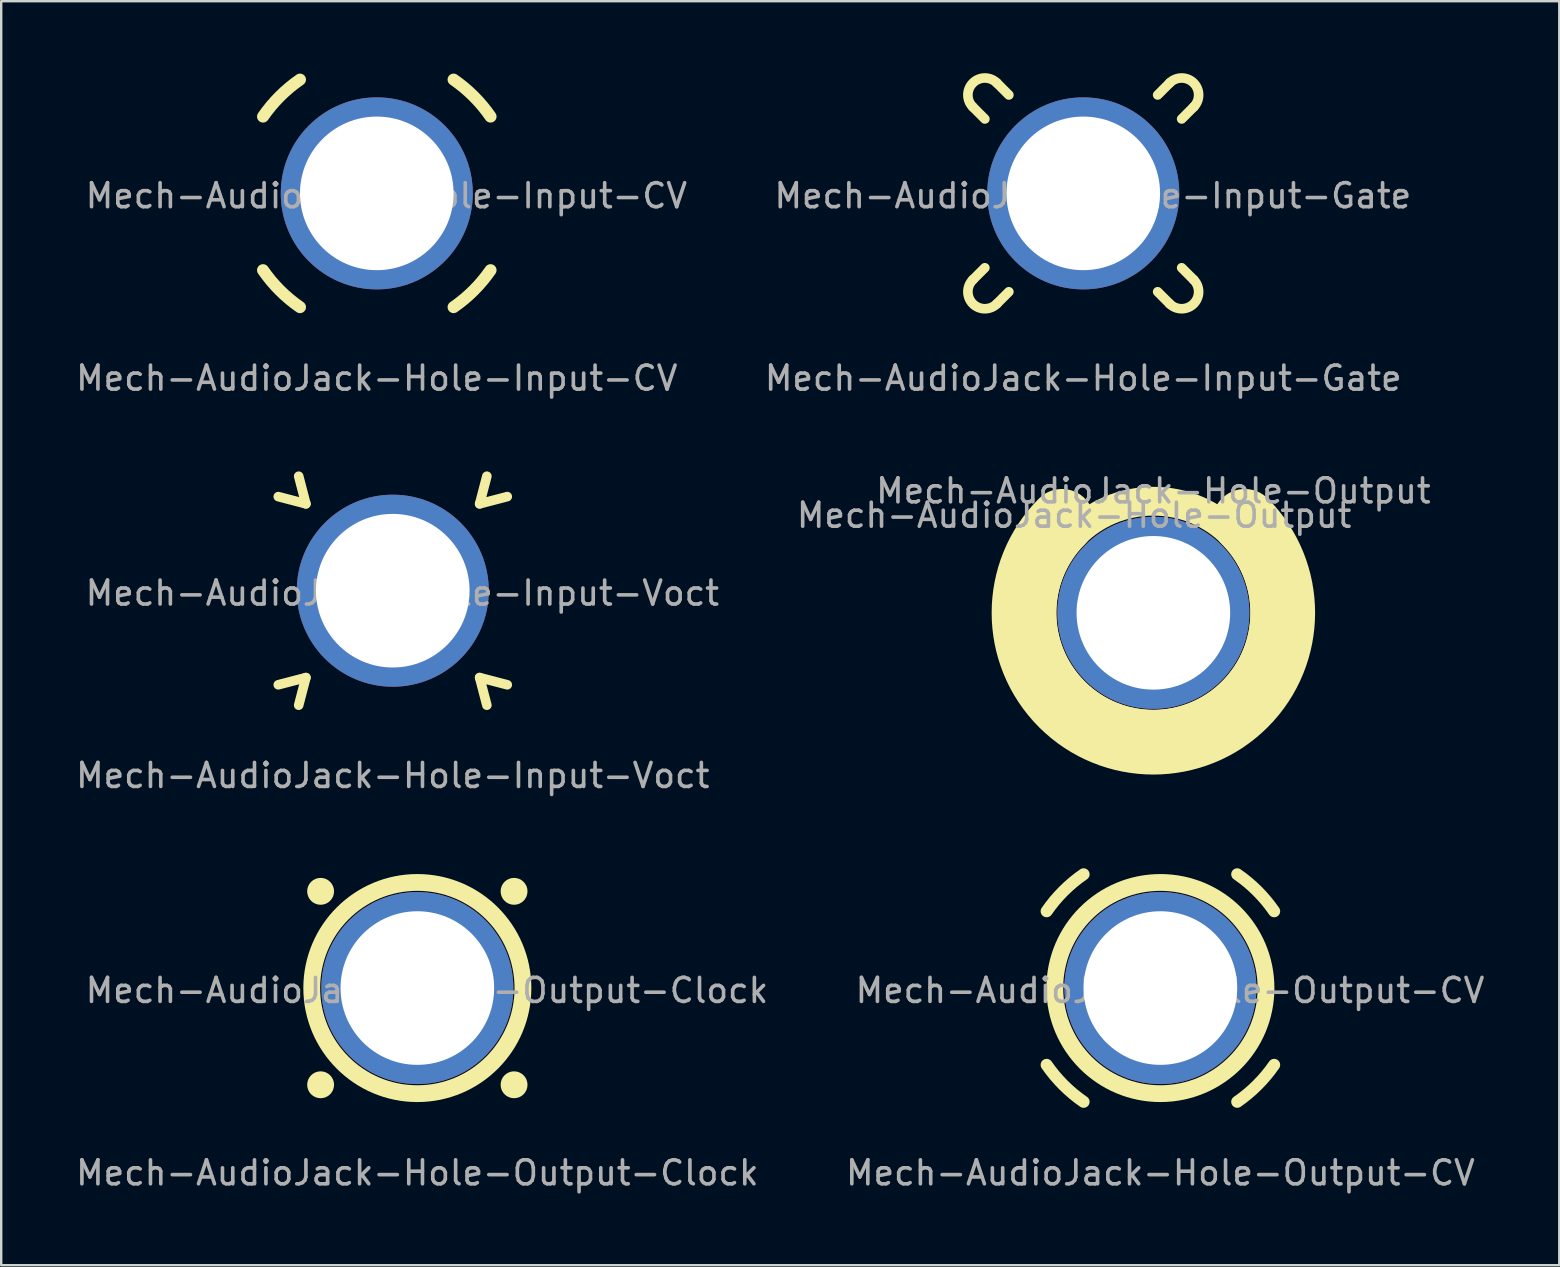
<source format=kicad_pcb>
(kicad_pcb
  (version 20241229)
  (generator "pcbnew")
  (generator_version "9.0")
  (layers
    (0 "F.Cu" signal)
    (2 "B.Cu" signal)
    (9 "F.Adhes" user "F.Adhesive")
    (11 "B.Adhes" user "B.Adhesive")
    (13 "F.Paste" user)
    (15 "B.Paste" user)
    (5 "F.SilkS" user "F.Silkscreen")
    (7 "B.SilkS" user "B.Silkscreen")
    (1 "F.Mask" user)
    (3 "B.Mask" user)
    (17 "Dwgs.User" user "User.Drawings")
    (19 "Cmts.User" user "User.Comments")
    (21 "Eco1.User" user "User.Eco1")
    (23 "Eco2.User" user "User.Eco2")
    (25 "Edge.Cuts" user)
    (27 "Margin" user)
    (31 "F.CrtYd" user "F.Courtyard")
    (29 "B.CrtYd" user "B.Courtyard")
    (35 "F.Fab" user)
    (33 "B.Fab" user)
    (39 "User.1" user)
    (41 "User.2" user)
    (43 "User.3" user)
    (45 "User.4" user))
  (footprint "Mech-AudioJack-Hole-Output"
    (layer "F.Cu")
    (at 45.006 22.484)
    (property "Reference" "Mech-AudioJack-Hole-Output" (at -3.302 -4.064 0) (unlocked yes) (layer "F.Fab") (effects (font (size 1 1) (thickness 0.15))))
    (attr through_hole)
    (fp_arc (start 3.81 -3.81) (mid 0 5.388154) (end -3.81 -3.81) (stroke (width 2.7) (type solid)) (layer "F.SilkS"))
    (fp_circle (center 0 0) (end 4.65 0) (stroke (width 1.2) (type solid)) (fill no) (layer "F.SilkS"))
    (fp_text user "${REFERENCE}" (at 0 -5.08 0) (unlocked yes) (layer "F.Fab") (effects (font (size 1 1) (thickness 0.15))))
    (pad "1" thru_hole circle (at 0 0 90) (size 8 8) (drill 6.4) (layers "*.Cu" "*.Mask")))
  (footprint "Mech-AudioJack-Hole-Output-Clock"
    (layer "F.Cu")
    (at 14.339 38.118)
    (property "Reference" "Mech-AudioJack-Hole-Output-Clock" (at 0.4 0.1 0) (unlocked yes) (layer "F.Fab") (effects (font (size 1 1) (thickness 0.15))))
    (attr through_hole)
    (fp_circle (center -4.03 -4.03) (end -4.31 -4.03) (stroke (width 0.56) (type default)) (fill no) (layer "F.SilkS"))
    (fp_circle (center -4.03 4.03) (end -4.31 4.03) (stroke (width 0.56) (type default)) (fill no) (layer "F.SilkS"))
    (fp_circle (center 0 0) (end 4.4 0) (stroke (width 0.7) (type default)) (fill no) (layer "F.SilkS"))
    (fp_circle (center 4.03 -4.03) (end 4.31 -4.03) (stroke (width 0.56) (type default)) (fill no) (layer "F.SilkS"))
    (fp_circle (center 4.03 4.03) (end 4.31 4.03) (stroke (width 0.56) (type default)) (fill no) (layer "F.SilkS"))
    (fp_line (start -2.92 -2.92) (end -4.9 -4.9) (stroke (width 0.1) (type default)) (layer "User.2"))
    (fp_line (start -2.92 2.92) (end -4.9 4.9) (stroke (width 0.1) (type default)) (layer "User.2"))
    (fp_line (start 2.92 -2.92) (end 4.9 -4.9) (stroke (width 0.1) (type default)) (layer "User.2"))
    (fp_line (start 2.92 2.92) (end 4.9 4.9) (stroke (width 0.1) (type default)) (layer "User.2"))
    (fp_line (start -3.62 -3.62) (end -4.77 -3.92) (stroke (width 0.4) (type default)) (layer "User.3"))
    (fp_line (start -3.62 -3.62) (end -3.92 -4.77) (stroke (width 0.4) (type default)) (layer "User.3"))
    (fp_line (start -3.62 3.62) (end -4.77 3.92) (stroke (width 0.4) (type default)) (layer "User.3"))
    (fp_line (start -3.62 3.62) (end -3.92 4.77) (stroke (width 0.4) (type default)) (layer "User.3"))
    (fp_line (start 3.62 -3.62) (end 3.92 -4.77) (stroke (width 0.4) (type default)) (layer "User.3"))
    (fp_line (start 3.62 -3.62) (end 4.77 -3.92) (stroke (width 0.4) (type default)) (layer "User.3"))
    (fp_line (start 3.62 3.62) (end 3.92 4.77) (stroke (width 0.4) (type default)) (layer "User.3"))
    (fp_line (start 3.62 3.62) (end 4.77 3.92) (stroke (width 0.4) (type default)) (layer "User.3"))
    (fp_arc (start -4.74 -3.2) (mid -4.04 -4.04) (end -3.2 -4.74) (stroke (width 0.5) (type default)) (layer "User.4"))
    (fp_arc (start -3.2 4.74) (mid -4.04 4.04) (end -4.74 3.2) (stroke (width 0.5) (type default)) (layer "User.4"))
    (fp_arc (start 3.2 -4.74) (mid 4.04 -4.04) (end 4.74 -3.2) (stroke (width 0.5) (type default)) (layer "User.4"))
    (fp_arc (start 4.74 3.2) (mid 4.04 4.04) (end 3.2 4.74) (stroke (width 0.5) (type default)) (layer "User.4"))
    (fp_line (start -4.1 -3.1) (end -4.6 -3.6) (stroke (width 0.4) (type default)) (layer "User.5"))
    (fp_line (start -4.1 3.1) (end -4.6 3.6) (stroke (width 0.4) (type default)) (layer "User.5"))
    (fp_line (start -3.1 -4.1) (end -3.6 -4.6) (stroke (width 0.4) (type default)) (layer "User.5"))
    (fp_line (start -3.1 4.1) (end -3.6 4.6) (stroke (width 0.4) (type default)) (layer "User.5"))
    (fp_line (start 3.1 -4.1) (end 3.6 -4.6) (stroke (width 0.4) (type default)) (layer "User.5"))
    (fp_line (start 3.1 4.1) (end 3.6 4.6) (stroke (width 0.4) (type default)) (layer "User.5"))
    (fp_line (start 4.1 -3.1) (end 4.6 -3.6) (stroke (width 0.4) (type default)) (layer "User.5"))
    (fp_line (start 4.1 3.1) (end 4.6 3.6) (stroke (width 0.4) (type default)) (layer "User.5"))
    (fp_arc (start -4.599999 -3.600001) (mid -4.599999 -4.599999) (end -3.600001 -4.599999) (stroke (width 0.4) (type default)) (layer "User.5"))
    (fp_arc (start -3.600001 4.599999) (mid -4.599999 4.599999) (end -4.599999 3.600001) (stroke (width 0.4) (type default)) (layer "User.5"))
    (fp_arc (start 3.600001 -4.599999) (mid 4.599999 -4.599999) (end 4.599999 -3.600001) (stroke (width 0.4) (type default)) (layer "User.5"))
    (fp_arc (start 4.599999 3.600001) (mid 4.599999 4.599999) (end 3.600001 4.599999) (stroke (width 0.4) (type default)) (layer "User.5"))
    (fp_text user "${REFERENCE}" (at 0 7.7 0) (unlocked yes) (layer "F.Fab") (effects (font (size 1 1) (thickness 0.15))))
    (pad "1" thru_hole circle (at 0 0 90) (size 8 8) (drill 6.4) (layers "*.Cu" "*.Mask")))
  (footprint "Mech-AudioJack-Hole-Input-CV"
    (layer "F.Cu")
    (at 12.649 5.007)
    (property "Reference" "Mech-AudioJack-Hole-Input-CV" (at 0.4 0.1 0) (unlocked yes) (layer "F.Fab") (effects (font (size 1 1) (thickness 0.15))))
    (attr through_hole)
    (fp_arc (start -4.74 -3.2) (mid -4.04 -4.04) (end -3.2 -4.74) (stroke (width 0.5) (type default)) (layer "F.SilkS"))
    (fp_arc (start -3.2 4.74) (mid -4.04 4.04) (end -4.74 3.2) (stroke (width 0.5) (type default)) (layer "F.SilkS"))
    (fp_arc (start 3.2 -4.74) (mid 4.04 -4.04) (end 4.74 -3.2) (stroke (width 0.5) (type default)) (layer "F.SilkS"))
    (fp_arc (start 4.74 3.2) (mid 4.04 4.04) (end 3.2 4.74) (stroke (width 0.5) (type default)) (layer "F.SilkS"))
    (fp_circle (center 0 0) (end 4.4 0) (stroke (width 0.7) (type default)) (fill no) (layer "User.1"))
    (fp_line (start -2.92 -2.92) (end -4.9 -4.9) (stroke (width 0.1) (type default)) (layer "User.2"))
    (fp_line (start -2.92 2.92) (end -4.9 4.9) (stroke (width 0.1) (type default)) (layer "User.2"))
    (fp_line (start 2.92 -2.92) (end 4.9 -4.9) (stroke (width 0.1) (type default)) (layer "User.2"))
    (fp_line (start 2.92 2.92) (end 4.9 4.9) (stroke (width 0.1) (type default)) (layer "User.2"))
    (fp_line (start -3.62 -3.62) (end -4.77 -3.92) (stroke (width 0.4) (type default)) (layer "User.3"))
    (fp_line (start -3.62 -3.62) (end -3.92 -4.77) (stroke (width 0.4) (type default)) (layer "User.3"))
    (fp_line (start -3.62 3.62) (end -4.77 3.92) (stroke (width 0.4) (type default)) (layer "User.3"))
    (fp_line (start -3.62 3.62) (end -3.92 4.77) (stroke (width 0.4) (type default)) (layer "User.3"))
    (fp_line (start 3.62 -3.62) (end 3.92 -4.77) (stroke (width 0.4) (type default)) (layer "User.3"))
    (fp_line (start 3.62 -3.62) (end 4.77 -3.92) (stroke (width 0.4) (type default)) (layer "User.3"))
    (fp_line (start 3.62 3.62) (end 3.92 4.77) (stroke (width 0.4) (type default)) (layer "User.3"))
    (fp_line (start 3.62 3.62) (end 4.77 3.92) (stroke (width 0.4) (type default)) (layer "User.3"))
    (fp_line (start -4.1 -3.1) (end -4.6 -3.6) (stroke (width 0.4) (type default)) (layer "User.5"))
    (fp_line (start -4.1 3.1) (end -4.6 3.6) (stroke (width 0.4) (type default)) (layer "User.5"))
    (fp_line (start -3.1 -4.1) (end -3.6 -4.6) (stroke (width 0.4) (type default)) (layer "User.5"))
    (fp_line (start -3.1 4.1) (end -3.6 4.6) (stroke (width 0.4) (type default)) (layer "User.5"))
    (fp_line (start 3.1 -4.1) (end 3.6 -4.6) (stroke (width 0.4) (type default)) (layer "User.5"))
    (fp_line (start 3.1 4.1) (end 3.6 4.6) (stroke (width 0.4) (type default)) (layer "User.5"))
    (fp_line (start 4.1 -3.1) (end 4.6 -3.6) (stroke (width 0.4) (type default)) (layer "User.5"))
    (fp_line (start 4.1 3.1) (end 4.6 3.6) (stroke (width 0.4) (type default)) (layer "User.5"))
    (fp_arc (start -4.599999 -3.600001) (mid -4.599999 -4.599999) (end -3.600001 -4.599999) (stroke (width 0.4) (type default)) (layer "User.5"))
    (fp_arc (start -3.600001 4.599999) (mid -4.599999 4.599999) (end -4.599999 3.600001) (stroke (width 0.4) (type default)) (layer "User.5"))
    (fp_arc (start 3.600001 -4.599999) (mid 4.599999 -4.599999) (end 4.599999 -3.600001) (stroke (width 0.4) (type default)) (layer "User.5"))
    (fp_arc (start 4.599999 3.600001) (mid 4.599999 4.599999) (end 3.600001 4.599999) (stroke (width 0.4) (type default)) (layer "User.5"))
    (fp_circle (center -4.03 -4.03) (end -4.31 -4.03) (stroke (width 0.56) (type default)) (fill no) (layer "User.6"))
    (fp_circle (center -4.03 4.03) (end -4.31 4.03) (stroke (width 0.56) (type default)) (fill no) (layer "User.6"))
    (fp_circle (center 4.03 -4.03) (end 4.31 -4.03) (stroke (width 0.56) (type default)) (fill no) (layer "User.6"))
    (fp_circle (center 4.03 4.03) (end 4.31 4.03) (stroke (width 0.56) (type default)) (fill no) (layer "User.6"))
    (fp_text user "${REFERENCE}" (at 0 7.7 0) (unlocked yes) (layer "F.Fab") (effects (font (size 1 1) (thickness 0.15))))
    (pad "1" thru_hole circle (at 0 0 90) (size 8 8) (drill 6.4) (layers "*.Cu" "*.Mask")))
  (footprint "Mech-AudioJack-Hole-Input-Voct"
    (layer "F.Cu")
    (at 13.315 21.562)
    (property "Reference" "Mech-AudioJack-Hole-Input-Voct" (at 0.4 0.1 0) (unlocked yes) (layer "F.Fab") (effects (font (size 1 1) (thickness 0.15))))
    (attr through_hole)
    (fp_line (start -3.62 -3.62) (end -4.77 -3.92) (stroke (width 0.4) (type default)) (layer "F.SilkS"))
    (fp_line (start -3.62 -3.62) (end -3.92 -4.77) (stroke (width 0.4) (type default)) (layer "F.SilkS"))
    (fp_line (start -3.62 3.62) (end -4.77 3.92) (stroke (width 0.4) (type default)) (layer "F.SilkS"))
    (fp_line (start -3.62 3.62) (end -3.92 4.77) (stroke (width 0.4) (type default)) (layer "F.SilkS"))
    (fp_line (start 3.62 -3.62) (end 3.92 -4.77) (stroke (width 0.4) (type default)) (layer "F.SilkS"))
    (fp_line (start 3.62 -3.62) (end 4.77 -3.92) (stroke (width 0.4) (type default)) (layer "F.SilkS"))
    (fp_line (start 3.62 3.62) (end 3.92 4.77) (stroke (width 0.4) (type default)) (layer "F.SilkS"))
    (fp_line (start 3.62 3.62) (end 4.77 3.92) (stroke (width 0.4) (type default)) (layer "F.SilkS"))
    (fp_circle (center 0 0) (end 4.4 0) (stroke (width 0.7) (type default)) (fill no) (layer "User.1"))
    (fp_line (start -2.92 -2.92) (end -4.9 -4.9) (stroke (width 0.1) (type default)) (layer "User.2"))
    (fp_line (start -2.92 2.92) (end -4.9 4.9) (stroke (width 0.1) (type default)) (layer "User.2"))
    (fp_line (start 2.92 -2.92) (end 4.9 -4.9) (stroke (width 0.1) (type default)) (layer "User.2"))
    (fp_line (start 2.92 2.92) (end 4.9 4.9) (stroke (width 0.1) (type default)) (layer "User.2"))
    (fp_arc (start -4.74 -3.2) (mid -4.04 -4.04) (end -3.2 -4.74) (stroke (width 0.5) (type default)) (layer "User.4"))
    (fp_arc (start -3.2 4.74) (mid -4.04 4.04) (end -4.74 3.2) (stroke (width 0.5) (type default)) (layer "User.4"))
    (fp_arc (start 3.2 -4.74) (mid 4.04 -4.04) (end 4.74 -3.2) (stroke (width 0.5) (type default)) (layer "User.4"))
    (fp_arc (start 4.74 3.2) (mid 4.04 4.04) (end 3.2 4.74) (stroke (width 0.5) (type default)) (layer "User.4"))
    (fp_line (start -4.1 -3.1) (end -4.6 -3.6) (stroke (width 0.4) (type default)) (layer "User.5"))
    (fp_line (start -4.1 3.1) (end -4.6 3.6) (stroke (width 0.4) (type default)) (layer "User.5"))
    (fp_line (start -3.1 -4.1) (end -3.6 -4.6) (stroke (width 0.4) (type default)) (layer "User.5"))
    (fp_line (start -3.1 4.1) (end -3.6 4.6) (stroke (width 0.4) (type default)) (layer "User.5"))
    (fp_line (start 3.1 -4.1) (end 3.6 -4.6) (stroke (width 0.4) (type default)) (layer "User.5"))
    (fp_line (start 3.1 4.1) (end 3.6 4.6) (stroke (width 0.4) (type default)) (layer "User.5"))
    (fp_line (start 4.1 -3.1) (end 4.6 -3.6) (stroke (width 0.4) (type default)) (layer "User.5"))
    (fp_line (start 4.1 3.1) (end 4.6 3.6) (stroke (width 0.4) (type default)) (layer "User.5"))
    (fp_arc (start -4.599999 -3.600001) (mid -4.599999 -4.599999) (end -3.600001 -4.599999) (stroke (width 0.4) (type default)) (layer "User.5"))
    (fp_arc (start -3.600001 4.599999) (mid -4.599999 4.599999) (end -4.599999 3.600001) (stroke (width 0.4) (type default)) (layer "User.5"))
    (fp_arc (start 3.600001 -4.599999) (mid 4.599999 -4.599999) (end 4.599999 -3.600001) (stroke (width 0.4) (type default)) (layer "User.5"))
    (fp_arc (start 4.599999 3.600001) (mid 4.599999 4.599999) (end 3.600001 4.599999) (stroke (width 0.4) (type default)) (layer "User.5"))
    (fp_circle (center -4.03 -4.03) (end -4.31 -4.03) (stroke (width 0.56) (type default)) (fill no) (layer "User.6"))
    (fp_circle (center -4.03 4.03) (end -4.31 4.03) (stroke (width 0.56) (type default)) (fill no) (layer "User.6"))
    (fp_circle (center 4.03 -4.03) (end 4.31 -4.03) (stroke (width 0.56) (type default)) (fill no) (layer "User.6"))
    (fp_circle (center 4.03 4.03) (end 4.31 4.03) (stroke (width 0.56) (type default)) (fill no) (layer "User.6"))
    (fp_text user "${REFERENCE}" (at 0 7.7 0) (unlocked yes) (layer "F.Fab") (effects (font (size 1 1) (thickness 0.15))))
    (pad "1" thru_hole circle (at 0 0 90) (size 8 8) (drill 6.4) (layers "*.Cu" "*.Mask")))
  (footprint "Mech-AudioJack-Hole-Input-Gate"
    (layer "F.Cu")
    (at 42.085 5.007)
    (property "Reference" "Mech-AudioJack-Hole-Input-Gate" (at 0.4 0.1 0) (unlocked yes) (layer "F.Fab") (effects (font (size 1 1) (thickness 0.15))))
    (attr through_hole)
    (fp_line (start -4.1 -3.1) (end -4.6 -3.6) (stroke (width 0.4) (type default)) (layer "F.SilkS"))
    (fp_line (start -4.1 3.1) (end -4.6 3.6) (stroke (width 0.4) (type default)) (layer "F.SilkS"))
    (fp_line (start -3.1 -4.1) (end -3.6 -4.6) (stroke (width 0.4) (type default)) (layer "F.SilkS"))
    (fp_line (start -3.1 4.1) (end -3.6 4.6) (stroke (width 0.4) (type default)) (layer "F.SilkS"))
    (fp_line (start 3.1 -4.1) (end 3.6 -4.6) (stroke (width 0.4) (type default)) (layer "F.SilkS"))
    (fp_line (start 3.1 4.1) (end 3.6 4.6) (stroke (width 0.4) (type default)) (layer "F.SilkS"))
    (fp_line (start 4.1 -3.1) (end 4.6 -3.6) (stroke (width 0.4) (type default)) (layer "F.SilkS"))
    (fp_line (start 4.1 3.1) (end 4.6 3.6) (stroke (width 0.4) (type default)) (layer "F.SilkS"))
    (fp_arc (start -4.599999 -3.600001) (mid -4.599999 -4.599999) (end -3.600001 -4.599999) (stroke (width 0.4) (type default)) (layer "F.SilkS"))
    (fp_arc (start -3.600001 4.599999) (mid -4.599999 4.599999) (end -4.599999 3.600001) (stroke (width 0.4) (type default)) (layer "F.SilkS"))
    (fp_arc (start 3.600001 -4.599999) (mid 4.599999 -4.599999) (end 4.599999 -3.600001) (stroke (width 0.4) (type default)) (layer "F.SilkS"))
    (fp_arc (start 4.599999 3.600001) (mid 4.599999 4.599999) (end 3.600001 4.599999) (stroke (width 0.4) (type default)) (layer "F.SilkS"))
    (fp_circle (center 0 0) (end 4.4 0) (stroke (width 0.7) (type default)) (fill no) (layer "User.1"))
    (fp_line (start -2.92 -2.92) (end -4.9 -4.9) (stroke (width 0.1) (type default)) (layer "User.2"))
    (fp_line (start -2.92 2.92) (end -4.9 4.9) (stroke (width 0.1) (type default)) (layer "User.2"))
    (fp_line (start 2.92 -2.92) (end 4.9 -4.9) (stroke (width 0.1) (type default)) (layer "User.2"))
    (fp_line (start 2.92 2.92) (end 4.9 4.9) (stroke (width 0.1) (type default)) (layer "User.2"))
    (fp_line (start -3.62 -3.62) (end -4.77 -3.92) (stroke (width 0.4) (type default)) (layer "User.3"))
    (fp_line (start -3.62 -3.62) (end -3.92 -4.77) (stroke (width 0.4) (type default)) (layer "User.3"))
    (fp_line (start -3.62 3.62) (end -4.77 3.92) (stroke (width 0.4) (type default)) (layer "User.3"))
    (fp_line (start -3.62 3.62) (end -3.92 4.77) (stroke (width 0.4) (type default)) (layer "User.3"))
    (fp_line (start 3.62 -3.62) (end 3.92 -4.77) (stroke (width 0.4) (type default)) (layer "User.3"))
    (fp_line (start 3.62 -3.62) (end 4.77 -3.92) (stroke (width 0.4) (type default)) (layer "User.3"))
    (fp_line (start 3.62 3.62) (end 3.92 4.77) (stroke (width 0.4) (type default)) (layer "User.3"))
    (fp_line (start 3.62 3.62) (end 4.77 3.92) (stroke (width 0.4) (type default)) (layer "User.3"))
    (fp_arc (start -4.74 -3.2) (mid -4.04 -4.04) (end -3.2 -4.74) (stroke (width 0.5) (type default)) (layer "User.4"))
    (fp_arc (start -3.2 4.74) (mid -4.04 4.04) (end -4.74 3.2) (stroke (width 0.5) (type default)) (layer "User.4"))
    (fp_arc (start 3.2 -4.74) (mid 4.04 -4.04) (end 4.74 -3.2) (stroke (width 0.5) (type default)) (layer "User.4"))
    (fp_arc (start 4.74 3.2) (mid 4.04 4.04) (end 3.2 4.74) (stroke (width 0.5) (type default)) (layer "User.4"))
    (fp_circle (center -4.03 -4.03) (end -4.31 -4.03) (stroke (width 0.56) (type default)) (fill no) (layer "User.6"))
    (fp_circle (center -4.03 4.03) (end -4.31 4.03) (stroke (width 0.56) (type default)) (fill no) (layer "User.6"))
    (fp_circle (center 4.03 -4.03) (end 4.31 -4.03) (stroke (width 0.56) (type default)) (fill no) (layer "User.6"))
    (fp_circle (center 4.03 4.03) (end 4.31 4.03) (stroke (width 0.56) (type default)) (fill no) (layer "User.6"))
    (fp_text user "${REFERENCE}" (at 0 7.7 0) (unlocked yes) (layer "F.Fab") (effects (font (size 1 1) (thickness 0.15))))
    (pad "1" thru_hole circle (at 0 0 90) (size 8 8) (drill 6.4) (layers "*.Cu" "*.Mask")))
  (footprint "Mech-AudioJack-Hole-Output-CV"
    (layer "F.Cu")
    (at 45.299 38.118)
    (property "Reference" "Mech-AudioJack-Hole-Output-CV" (at 0.4 0.1 0) (unlocked yes) (layer "F.Fab") (effects (font (size 1 1) (thickness 0.15))))
    (attr through_hole)
    (fp_arc (start -4.74 -3.2) (mid -4.04 -4.04) (end -3.2 -4.74) (stroke (width 0.5) (type default)) (layer "F.SilkS"))
    (fp_arc (start -3.2 4.74) (mid -4.04 4.04) (end -4.74 3.2) (stroke (width 0.5) (type default)) (layer "F.SilkS"))
    (fp_arc (start 3.2 -4.74) (mid 4.04 -4.04) (end 4.74 -3.2) (stroke (width 0.5) (type default)) (layer "F.SilkS"))
    (fp_arc (start 4.74 3.2) (mid 4.04 4.04) (end 3.2 4.74) (stroke (width 0.5) (type default)) (layer "F.SilkS"))
    (fp_circle (center 0 0) (end 4.4 0) (stroke (width 0.7) (type default)) (fill no) (layer "F.SilkS"))
    (fp_line (start -2.92 -2.92) (end -4.9 -4.9) (stroke (width 0.1) (type default)) (layer "User.2"))
    (fp_line (start -2.92 2.92) (end -4.9 4.9) (stroke (width 0.1) (type default)) (layer "User.2"))
    (fp_line (start 2.92 -2.92) (end 4.9 -4.9) (stroke (width 0.1) (type default)) (layer "User.2"))
    (fp_line (start 2.92 2.92) (end 4.9 4.9) (stroke (width 0.1) (type default)) (layer "User.2"))
    (fp_line (start -3.62 -3.62) (end -4.77 -3.92) (stroke (width 0.4) (type default)) (layer "User.3"))
    (fp_line (start -3.62 -3.62) (end -3.92 -4.77) (stroke (width 0.4) (type default)) (layer "User.3"))
    (fp_line (start -3.62 3.62) (end -4.77 3.92) (stroke (width 0.4) (type default)) (layer "User.3"))
    (fp_line (start -3.62 3.62) (end -3.92 4.77) (stroke (width 0.4) (type default)) (layer "User.3"))
    (fp_line (start 3.62 -3.62) (end 3.92 -4.77) (stroke (width 0.4) (type default)) (layer "User.3"))
    (fp_line (start 3.62 -3.62) (end 4.77 -3.92) (stroke (width 0.4) (type default)) (layer "User.3"))
    (fp_line (start 3.62 3.62) (end 3.92 4.77) (stroke (width 0.4) (type default)) (layer "User.3"))
    (fp_line (start 3.62 3.62) (end 4.77 3.92) (stroke (width 0.4) (type default)) (layer "User.3"))
    (fp_line (start -4.1 -3.1) (end -4.6 -3.6) (stroke (width 0.4) (type default)) (layer "User.5"))
    (fp_line (start -4.1 3.1) (end -4.6 3.6) (stroke (width 0.4) (type default)) (layer "User.5"))
    (fp_line (start -3.1 -4.1) (end -3.6 -4.6) (stroke (width 0.4) (type default)) (layer "User.5"))
    (fp_line (start -3.1 4.1) (end -3.6 4.6) (stroke (width 0.4) (type default)) (layer "User.5"))
    (fp_line (start 3.1 -4.1) (end 3.6 -4.6) (stroke (width 0.4) (type default)) (layer "User.5"))
    (fp_line (start 3.1 4.1) (end 3.6 4.6) (stroke (width 0.4) (type default)) (layer "User.5"))
    (fp_line (start 4.1 -3.1) (end 4.6 -3.6) (stroke (width 0.4) (type default)) (layer "User.5"))
    (fp_line (start 4.1 3.1) (end 4.6 3.6) (stroke (width 0.4) (type default)) (layer "User.5"))
    (fp_arc (start -4.599999 -3.600001) (mid -4.599999 -4.599999) (end -3.600001 -4.599999) (stroke (width 0.4) (type default)) (layer "User.5"))
    (fp_arc (start -3.600001 4.599999) (mid -4.599999 4.599999) (end -4.599999 3.600001) (stroke (width 0.4) (type default)) (layer "User.5"))
    (fp_arc (start 3.600001 -4.599999) (mid 4.599999 -4.599999) (end 4.599999 -3.600001) (stroke (width 0.4) (type default)) (layer "User.5"))
    (fp_arc (start 4.599999 3.600001) (mid 4.599999 4.599999) (end 3.600001 4.599999) (stroke (width 0.4) (type default)) (layer "User.5"))
    (fp_circle (center -4.03 -4.03) (end -4.31 -4.03) (stroke (width 0.56) (type default)) (fill no) (layer "User.6"))
    (fp_circle (center -4.03 4.03) (end -4.31 4.03) (stroke (width 0.56) (type default)) (fill no) (layer "User.6"))
    (fp_circle (center 4.03 -4.03) (end 4.31 -4.03) (stroke (width 0.56) (type default)) (fill no) (layer "User.6"))
    (fp_circle (center 4.03 4.03) (end 4.31 4.03) (stroke (width 0.56) (type default)) (fill no) (layer "User.6"))
    (fp_text user "${REFERENCE}" (at 0 7.7 0) (unlocked yes) (layer "F.Fab") (effects (font (size 1 1) (thickness 0.15))))
    (pad "1" thru_hole circle (at 0 0 90) (size 8 8) (drill 6.4) (layers "*.Cu" "*.Mask")))
  (gr_rect
    (start -3 -3)
    (end 61.919 49.666)
    (stroke (width 0.1) (type default))
    (fill no)
    (layer "Edge.Cuts")))
</source>
